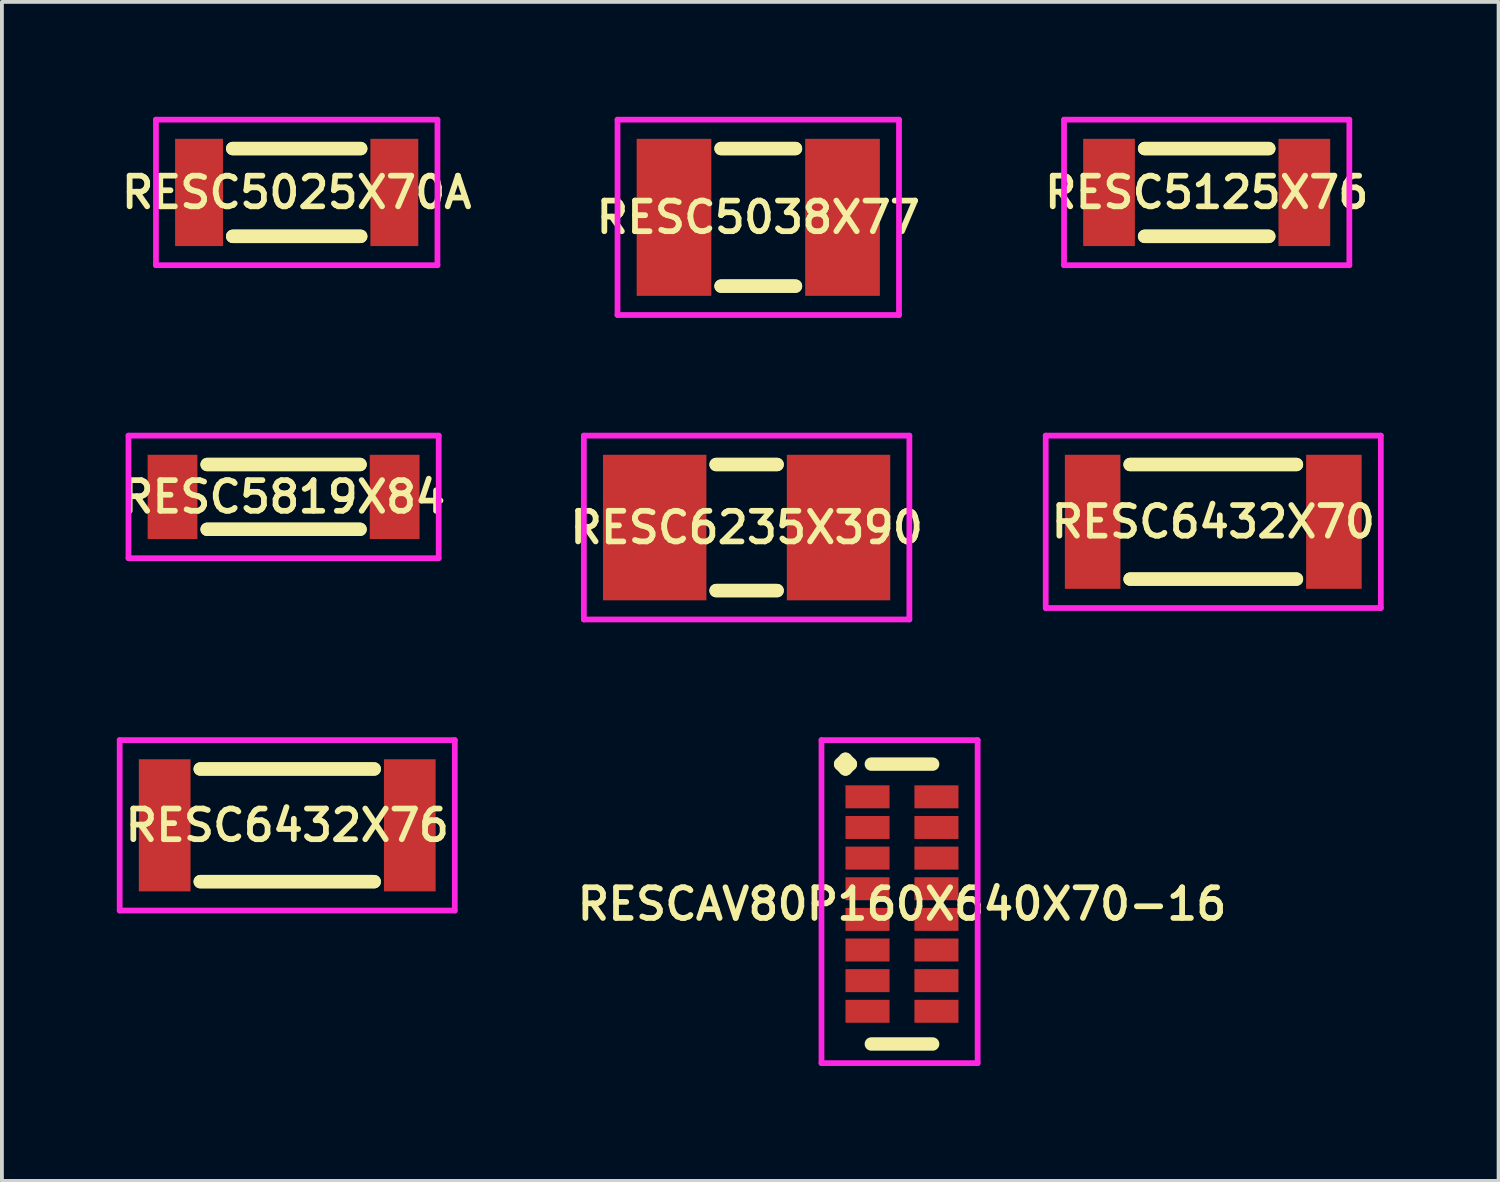
<source format=kicad_pcb>
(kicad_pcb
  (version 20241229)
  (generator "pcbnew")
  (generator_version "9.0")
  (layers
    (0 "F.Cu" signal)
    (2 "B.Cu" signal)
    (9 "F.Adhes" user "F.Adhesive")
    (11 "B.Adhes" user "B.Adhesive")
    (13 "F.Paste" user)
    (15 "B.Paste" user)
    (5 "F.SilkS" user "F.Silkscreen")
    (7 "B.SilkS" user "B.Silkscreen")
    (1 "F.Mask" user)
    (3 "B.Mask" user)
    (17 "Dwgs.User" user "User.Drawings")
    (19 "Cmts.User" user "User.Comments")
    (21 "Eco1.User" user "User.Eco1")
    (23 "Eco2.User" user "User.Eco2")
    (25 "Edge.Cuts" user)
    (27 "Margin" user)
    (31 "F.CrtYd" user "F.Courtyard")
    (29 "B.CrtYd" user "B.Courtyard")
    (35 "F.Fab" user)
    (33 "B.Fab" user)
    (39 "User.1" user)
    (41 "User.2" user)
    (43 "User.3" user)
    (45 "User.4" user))
  (footprint "RESCAV80P160X640X70-16"
    (layer "F.Cu")
    (at 20.502 20.556)
    (property "Reference" "RESCAV80P160X640X70-16" (at 0 0 0) (layer "F.SilkS") (effects (font (size 0.8 0.8) (thickness 0.15))))
    (attr smd)
    (fp_line (start -1.602 -3.654) (end -1.475 -3.781) (stroke (width 0.35) (type solid)) (layer "F.SilkS"))
    (fp_line (start -1.475 -3.781) (end -1.348 -3.654) (stroke (width 0.35) (type solid)) (layer "F.SilkS"))
    (fp_line (start -1.475 -3.527) (end -1.602 -3.654) (stroke (width 0.35) (type solid)) (layer "F.SilkS"))
    (fp_line (start -1.348 -3.654) (end -1.475 -3.527) (stroke (width 0.35) (type solid)) (layer "F.SilkS"))
    (fp_line (start -0.8 -3.654) (end 0.8 -3.654) (stroke (width 0.35) (type solid)) (layer "F.SilkS"))
    (fp_line (start -0.8 3.654) (end 0.8 3.654) (stroke (width 0.35) (type solid)) (layer "F.SilkS"))
    (fp_line (start -2.102 -4.281) (end 1.975 -4.281) (stroke (width 0.15) (type solid)) (layer "F.CrtYd"))
    (fp_line (start -2.102 4.154) (end -2.102 -4.281) (stroke (width 0.15) (type solid)) (layer "F.CrtYd"))
    (fp_line (start 1.975 -4.281) (end 1.975 4.154) (stroke (width 0.15) (type solid)) (layer "F.CrtYd"))
    (fp_line (start 1.975 4.154) (end -2.102 4.154) (stroke (width 0.15) (type solid)) (layer "F.CrtYd"))
    (pad "1" smd rect (at -0.9 -2.8) (size 1.15 0.6) (layers "F.Cu" "F.Mask" "F.Paste"))
    (pad "2" smd rect (at -0.9 -2) (size 1.15 0.6) (layers "F.Cu" "F.Mask" "F.Paste"))
    (pad "3" smd rect (at -0.9 -1.2) (size 1.15 0.6) (layers "F.Cu" "F.Mask" "F.Paste"))
    (pad "4" smd rect (at -0.9 -0.4) (size 1.15 0.6) (layers "F.Cu" "F.Mask" "F.Paste"))
    (pad "5" smd rect (at -0.9 0.4) (size 1.15 0.6) (layers "F.Cu" "F.Mask" "F.Paste"))
    (pad "6" smd rect (at -0.9 1.2) (size 1.15 0.6) (layers "F.Cu" "F.Mask" "F.Paste"))
    (pad "7" smd rect (at -0.9 2) (size 1.15 0.6) (layers "F.Cu" "F.Mask" "F.Paste"))
    (pad "8" smd rect (at -0.9 2.8) (size 1.15 0.6) (layers "F.Cu" "F.Mask" "F.Paste"))
    (pad "9" smd rect (at 0.9 2.8) (size 1.15 0.6) (layers "F.Cu" "F.Mask" "F.Paste"))
    (pad "10" smd rect (at 0.9 2) (size 1.15 0.6) (layers "F.Cu" "F.Mask" "F.Paste"))
    (pad "11" smd rect (at 0.9 1.2) (size 1.15 0.6) (layers "F.Cu" "F.Mask" "F.Paste"))
    (pad "12" smd rect (at 0.9 0.4) (size 1.15 0.6) (layers "F.Cu" "F.Mask" "F.Paste"))
    (pad "13" smd rect (at 0.9 -0.4) (size 1.15 0.6) (layers "F.Cu" "F.Mask" "F.Paste"))
    (pad "14" smd rect (at 0.9 -1.2) (size 1.15 0.6) (layers "F.Cu" "F.Mask" "F.Paste"))
    (pad "15" smd rect (at 0.9 -2) (size 1.15 0.6) (layers "F.Cu" "F.Mask" "F.Paste"))
    (pad "16" smd rect (at 0.9 -2.8) (size 1.15 0.6) (layers "F.Cu" "F.Mask" "F.Paste")))
  (footprint "RESC5038X77"
    (layer "F.Cu")
    (at 16.749 2.625)
    (property "Reference" "RESC5038X77" (at 0 0 0) (layer "F.SilkS") (effects (font (size 0.8 0.8) (thickness 0.15))))
    (attr smd)
    (fp_line (start -0.971 -1.796) (end 0.971 -1.796) (stroke (width 0.35) (type solid)) (layer "F.SilkS"))
    (fp_line (start -0.971 1.796) (end 0.971 1.796) (stroke (width 0.35) (type solid)) (layer "F.SilkS"))
    (fp_line (start 0.971 -1.796) (end -0.971 -1.796) (stroke (width 0.35) (type solid)) (layer "F.SilkS"))
    (fp_line (start 0.971 1.796) (end -0.971 1.796) (stroke (width 0.35) (type solid)) (layer "F.SilkS"))
    (fp_line (start -3.675 -2.55) (end 3.675 -2.55) (stroke (width 0.15) (type solid)) (layer "F.CrtYd"))
    (fp_line (start -3.675 2.55) (end -3.675 -2.55) (stroke (width 0.15) (type solid)) (layer "F.CrtYd"))
    (fp_line (start 3.675 -2.55) (end 3.675 2.55) (stroke (width 0.15) (type solid)) (layer "F.CrtYd"))
    (fp_line (start 3.675 2.55) (end -3.675 2.55) (stroke (width 0.15) (type solid)) (layer "F.CrtYd"))
    (pad "1" smd rect (at -2.2 0) (size 1.95 4.1) (layers "F.Cu" "F.Mask" "F.Paste"))
    (pad "2" smd rect (at 2.2 0) (size 1.95 4.1) (layers "F.Cu" "F.Mask" "F.Paste")))
  (footprint "RESC5819X84"
    (layer "F.Cu")
    (at 4.355 9.925)
    (property "Reference" "RESC5819X84" (at 0 0 0) (layer "F.SilkS") (effects (font (size 0.8 0.8) (thickness 0.15))))
    (attr smd)
    (fp_line (start -1.996 -0.846) (end 1.996 -0.846) (stroke (width 0.35) (type solid)) (layer "F.SilkS"))
    (fp_line (start -1.996 0.846) (end 1.996 0.846) (stroke (width 0.35) (type solid)) (layer "F.SilkS"))
    (fp_line (start 1.996 -0.846) (end -1.996 -0.846) (stroke (width 0.35) (type solid)) (layer "F.SilkS"))
    (fp_line (start 1.996 0.846) (end -1.996 0.846) (stroke (width 0.35) (type solid)) (layer "F.SilkS"))
    (fp_line (start -4.05 -1.6) (end 4.05 -1.6) (stroke (width 0.15) (type solid)) (layer "F.CrtYd"))
    (fp_line (start -4.05 1.6) (end -4.05 -1.6) (stroke (width 0.15) (type solid)) (layer "F.CrtYd"))
    (fp_line (start 4.05 -1.6) (end 4.05 1.6) (stroke (width 0.15) (type solid)) (layer "F.CrtYd"))
    (fp_line (start 4.05 1.6) (end -4.05 1.6) (stroke (width 0.15) (type solid)) (layer "F.CrtYd"))
    (pad "1" smd rect (at -2.9 0) (size 1.3 2.2) (layers "F.Cu" "F.Mask" "F.Paste"))
    (pad "2" smd rect (at 2.9 0) (size 1.3 2.2) (layers "F.Cu" "F.Mask" "F.Paste")))
  (footprint "RESC5125X76"
    (layer "F.Cu")
    (at 28.458 1.975)
    (property "Reference" "RESC5125X76" (at 0 0 0) (layer "F.SilkS") (effects (font (size 0.8 0.8) (thickness 0.15))))
    (attr smd)
    (fp_line (start -1.621 -1.146) (end 1.621 -1.146) (stroke (width 0.35) (type solid)) (layer "F.SilkS"))
    (fp_line (start -1.621 1.146) (end 1.621 1.146) (stroke (width 0.35) (type solid)) (layer "F.SilkS"))
    (fp_line (start 1.621 -1.146) (end -1.621 -1.146) (stroke (width 0.35) (type solid)) (layer "F.SilkS"))
    (fp_line (start 1.621 1.146) (end -1.621 1.146) (stroke (width 0.35) (type solid)) (layer "F.SilkS"))
    (fp_line (start -3.725 -1.9) (end 3.725 -1.9) (stroke (width 0.15) (type solid)) (layer "F.CrtYd"))
    (fp_line (start -3.725 1.9) (end -3.725 -1.9) (stroke (width 0.15) (type solid)) (layer "F.CrtYd"))
    (fp_line (start 3.725 -1.9) (end 3.725 1.9) (stroke (width 0.15) (type solid)) (layer "F.CrtYd"))
    (fp_line (start 3.725 1.9) (end -3.725 1.9) (stroke (width 0.15) (type solid)) (layer "F.CrtYd"))
    (pad "1" smd rect (at -2.55 0) (size 1.35 2.8) (layers "F.Cu" "F.Mask" "F.Paste"))
    (pad "2" smd rect (at 2.55 0) (size 1.35 2.8) (layers "F.Cu" "F.Mask" "F.Paste")))
  (footprint "RESC5025X70A"
    (layer "F.Cu")
    (at 4.697 1.975)
    (property "Reference" "RESC5025X70A" (at 0 0 0) (layer "F.SilkS") (effects (font (size 0.8 0.8) (thickness 0.15))))
    (attr smd)
    (fp_line (start -1.671 -1.146) (end 1.671 -1.146) (stroke (width 0.35) (type solid)) (layer "F.SilkS"))
    (fp_line (start -1.671 1.146) (end 1.671 1.146) (stroke (width 0.35) (type solid)) (layer "F.SilkS"))
    (fp_line (start 1.671 -1.146) (end -1.671 -1.146) (stroke (width 0.35) (type solid)) (layer "F.SilkS"))
    (fp_line (start 1.671 1.146) (end -1.671 1.146) (stroke (width 0.35) (type solid)) (layer "F.SilkS"))
    (fp_line (start -3.675 -1.9) (end 3.675 -1.9) (stroke (width 0.15) (type solid)) (layer "F.CrtYd"))
    (fp_line (start -3.675 1.9) (end -3.675 -1.9) (stroke (width 0.15) (type solid)) (layer "F.CrtYd"))
    (fp_line (start 3.675 -1.9) (end 3.675 1.9) (stroke (width 0.15) (type solid)) (layer "F.CrtYd"))
    (fp_line (start 3.675 1.9) (end -3.675 1.9) (stroke (width 0.15) (type solid)) (layer "F.CrtYd"))
    (pad "1" smd rect (at -2.55 0) (size 1.25 2.8) (layers "F.Cu" "F.Mask" "F.Paste"))
    (pad "2" smd rect (at 2.55 0) (size 1.25 2.8) (layers "F.Cu" "F.Mask" "F.Paste")))
  (footprint "RESC6432X76"
    (layer "F.Cu")
    (at 4.45 18.5)
    (property "Reference" "RESC6432X76" (at 0 0 0) (layer "F.SilkS") (effects (font (size 0.8 0.8) (thickness 0.15))))
    (attr smd)
    (fp_line (start -2.271 -1.471) (end 2.271 -1.471) (stroke (width 0.35) (type solid)) (layer "F.SilkS"))
    (fp_line (start -2.271 1.471) (end 2.271 1.471) (stroke (width 0.35) (type solid)) (layer "F.SilkS"))
    (fp_line (start 2.271 -1.471) (end -2.271 -1.471) (stroke (width 0.35) (type solid)) (layer "F.SilkS"))
    (fp_line (start 2.271 1.471) (end -2.271 1.471) (stroke (width 0.35) (type solid)) (layer "F.SilkS"))
    (fp_line (start -4.375 -2.225) (end 4.375 -2.225) (stroke (width 0.15) (type solid)) (layer "F.CrtYd"))
    (fp_line (start -4.375 2.225) (end -4.375 -2.225) (stroke (width 0.15) (type solid)) (layer "F.CrtYd"))
    (fp_line (start 4.375 -2.225) (end 4.375 2.225) (stroke (width 0.15) (type solid)) (layer "F.CrtYd"))
    (fp_line (start 4.375 2.225) (end -4.375 2.225) (stroke (width 0.15) (type solid)) (layer "F.CrtYd"))
    (pad "1" smd rect (at -3.2 0) (size 1.35 3.45) (layers "F.Cu" "F.Mask" "F.Paste"))
    (pad "2" smd rect (at 3.2 0) (size 1.35 3.45) (layers "F.Cu" "F.Mask" "F.Paste")))
  (footprint "RESC6432X70"
    (layer "F.Cu")
    (at 28.63 10.575)
    (property "Reference" "RESC6432X70" (at 0 0 0) (layer "F.SilkS") (effects (font (size 0.8 0.8) (thickness 0.15))))
    (attr smd)
    (fp_line (start -2.171 -1.496) (end 2.171 -1.496) (stroke (width 0.35) (type solid)) (layer "F.SilkS"))
    (fp_line (start -2.171 1.496) (end 2.171 1.496) (stroke (width 0.35) (type solid)) (layer "F.SilkS"))
    (fp_line (start 2.171 -1.496) (end -2.171 -1.496) (stroke (width 0.35) (type solid)) (layer "F.SilkS"))
    (fp_line (start 2.171 1.496) (end -2.171 1.496) (stroke (width 0.35) (type solid)) (layer "F.SilkS"))
    (fp_line (start -4.375 -2.25) (end 4.375 -2.25) (stroke (width 0.15) (type solid)) (layer "F.CrtYd"))
    (fp_line (start -4.375 2.25) (end -4.375 -2.25) (stroke (width 0.15) (type solid)) (layer "F.CrtYd"))
    (fp_line (start 4.375 -2.25) (end 4.375 2.25) (stroke (width 0.15) (type solid)) (layer "F.CrtYd"))
    (fp_line (start 4.375 2.25) (end -4.375 2.25) (stroke (width 0.15) (type solid)) (layer "F.CrtYd"))
    (pad "1" smd rect (at -3.15 0) (size 1.45 3.5) (layers "F.Cu" "F.Mask" "F.Paste"))
    (pad "2" smd rect (at 3.15 0) (size 1.45 3.5) (layers "F.Cu" "F.Mask" "F.Paste")))
  (footprint "RESC6235X390"
    (layer "F.Cu")
    (at 16.445 10.725)
    (property "Reference" "RESC6235X390" (at 0 0 0) (layer "F.SilkS") (effects (font (size 0.8 0.8) (thickness 0.15))))
    (attr smd)
    (fp_line (start -0.796 -1.646) (end 0.796 -1.646) (stroke (width 0.35) (type solid)) (layer "F.SilkS"))
    (fp_line (start -0.796 1.646) (end 0.796 1.646) (stroke (width 0.35) (type solid)) (layer "F.SilkS"))
    (fp_line (start 0.796 -1.646) (end -0.796 -1.646) (stroke (width 0.35) (type solid)) (layer "F.SilkS"))
    (fp_line (start 0.796 1.646) (end -0.796 1.646) (stroke (width 0.35) (type solid)) (layer "F.SilkS"))
    (fp_line (start -4.25 -2.4) (end 4.25 -2.4) (stroke (width 0.15) (type solid)) (layer "F.CrtYd"))
    (fp_line (start -4.25 2.4) (end -4.25 -2.4) (stroke (width 0.15) (type solid)) (layer "F.CrtYd"))
    (fp_line (start 4.25 -2.4) (end 4.25 2.4) (stroke (width 0.15) (type solid)) (layer "F.CrtYd"))
    (fp_line (start 4.25 2.4) (end -4.25 2.4) (stroke (width 0.15) (type solid)) (layer "F.CrtYd"))
    (pad "1" smd rect (at -2.4 0) (size 2.7 3.8) (layers "F.Cu" "F.Mask" "F.Paste"))
    (pad "2" smd rect (at 2.4 0) (size 2.7 3.8) (layers "F.Cu" "F.Mask" "F.Paste")))
  (gr_rect
    (start -3 -3)
    (end 36.08 27.785)
    (stroke (width 0.1) (type default))
    (fill no)
    (layer "Edge.Cuts")))
</source>
